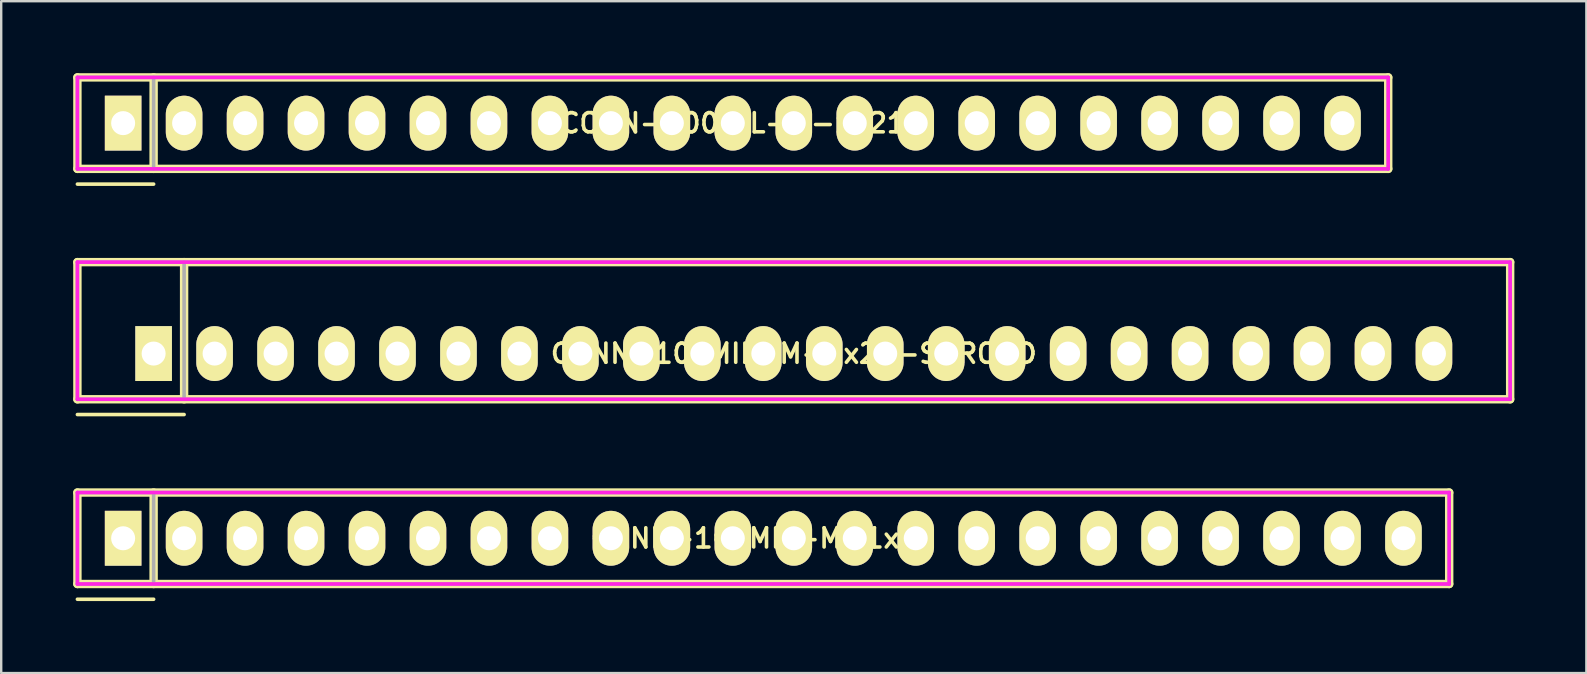
<source format=kicad_pcb>
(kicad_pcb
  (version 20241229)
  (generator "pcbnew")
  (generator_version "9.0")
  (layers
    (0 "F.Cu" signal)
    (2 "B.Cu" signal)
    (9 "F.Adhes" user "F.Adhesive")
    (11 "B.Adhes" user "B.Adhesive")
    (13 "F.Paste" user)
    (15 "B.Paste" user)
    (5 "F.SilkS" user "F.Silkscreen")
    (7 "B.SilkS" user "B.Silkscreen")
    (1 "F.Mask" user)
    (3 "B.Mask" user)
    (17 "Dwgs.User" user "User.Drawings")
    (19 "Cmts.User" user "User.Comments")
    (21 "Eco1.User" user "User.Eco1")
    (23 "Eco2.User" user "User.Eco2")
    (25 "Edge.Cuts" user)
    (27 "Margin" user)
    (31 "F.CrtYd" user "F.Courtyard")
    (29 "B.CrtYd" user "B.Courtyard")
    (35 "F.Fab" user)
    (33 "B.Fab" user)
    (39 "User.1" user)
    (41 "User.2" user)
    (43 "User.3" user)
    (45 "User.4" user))
  (footprint "CONN-100MIL-M-1x22"
    (layer "F.Cu")
    (at 28.75 19.375)
    (property "Reference" "CONN-100MIL-M-1x22" (at 0 0 0) (layer "F.SilkS") (effects (font (size 0.8 0.8) (thickness 0.15))))
    (attr through_hole)
    (fp_line (start -28.575 -1.905) (end 28.575 -1.905) (stroke (width 0.35) (type solid)) (layer "F.SilkS"))
    (fp_line (start -28.575 1.905) (end -28.575 -1.905) (stroke (width 0.35) (type solid)) (layer "F.SilkS"))
    (fp_line (start -28.575 2.54) (end -25.4 2.54) (stroke (width 0.15) (type solid)) (layer "F.SilkS"))
    (fp_line (start -25.4 -1.905) (end -25.4 1.905) (stroke (width 0.35) (type solid)) (layer "F.SilkS"))
    (fp_line (start 28.575 -1.905) (end 28.575 1.905) (stroke (width 0.35) (type solid)) (layer "F.SilkS"))
    (fp_line (start 28.575 1.905) (end -28.575 1.905) (stroke (width 0.35) (type solid)) (layer "F.SilkS"))
    (fp_line (start -28.575 -1.905) (end 28.575 -1.905) (stroke (width 0.15) (type solid)) (layer "F.CrtYd"))
    (fp_line (start -28.575 1.905) (end -28.575 -1.905) (stroke (width 0.15) (type solid)) (layer "F.CrtYd"))
    (fp_line (start 28.575 -1.905) (end 28.575 1.905) (stroke (width 0.15) (type solid)) (layer "F.CrtYd"))
    (fp_line (start 28.575 1.905) (end -28.575 1.905) (stroke (width 0.15) (type solid)) (layer "F.CrtYd"))
    (fp_line (start -28.575 -1.905) (end 28.575 -1.905) (stroke (width 0.15) (type solid)) (layer "F.Fab"))
    (fp_line (start -28.575 1.905) (end -28.575 -1.905) (stroke (width 0.15) (type solid)) (layer "F.Fab"))
    (fp_line (start -25.4 -1.905) (end -25.4 1.905) (stroke (width 0.15) (type solid)) (layer "F.Fab"))
    (fp_line (start 28.575 -1.905) (end 28.575 1.905) (stroke (width 0.15) (type solid)) (layer "F.Fab"))
    (fp_line (start 28.575 1.905) (end -28.575 1.905) (stroke (width 0.15) (type solid)) (layer "F.Fab"))
    (pad "1" thru_hole rect (at -26.67 0) (size 1.524 2.286) (drill 1) (layers "*.Cu" "*.Mask" "F.SilkS"))
    (pad "2" thru_hole oval (at -24.13 0) (size 1.524 2.286) (drill 1) (layers "*.Cu" "*.Mask" "F.SilkS"))
    (pad "3" thru_hole oval (at -21.59 0) (size 1.524 2.286) (drill 1) (layers "*.Cu" "*.Mask" "F.SilkS"))
    (pad "4" thru_hole oval (at -19.05 0) (size 1.524 2.286) (drill 1) (layers "*.Cu" "*.Mask" "F.SilkS"))
    (pad "5" thru_hole oval (at -16.51 0) (size 1.524 2.286) (drill 1) (layers "*.Cu" "*.Mask" "F.SilkS"))
    (pad "6" thru_hole oval (at -13.97 0) (size 1.524 2.286) (drill 1) (layers "*.Cu" "*.Mask" "F.SilkS"))
    (pad "7" thru_hole oval (at -11.43 0) (size 1.524 2.286) (drill 1) (layers "*.Cu" "*.Mask" "F.SilkS"))
    (pad "8" thru_hole oval (at -8.89 0) (size 1.524 2.286) (drill 1) (layers "*.Cu" "*.Mask" "F.SilkS"))
    (pad "9" thru_hole oval (at -6.35 0) (size 1.524 2.286) (drill 1) (layers "*.Cu" "*.Mask" "F.SilkS"))
    (pad "10" thru_hole oval (at -3.81 0) (size 1.524 2.286) (drill 1) (layers "*.Cu" "*.Mask" "F.SilkS"))
    (pad "11" thru_hole oval (at -1.27 0) (size 1.524 2.286) (drill 1) (layers "*.Cu" "*.Mask" "F.SilkS"))
    (pad "12" thru_hole oval (at 1.27 0) (size 1.524 2.286) (drill 1) (layers "*.Cu" "*.Mask" "F.SilkS"))
    (pad "13" thru_hole oval (at 3.81 0) (size 1.524 2.286) (drill 1) (layers "*.Cu" "*.Mask" "F.SilkS"))
    (pad "14" thru_hole oval (at 6.35 0) (size 1.524 2.286) (drill 1) (layers "*.Cu" "*.Mask" "F.SilkS"))
    (pad "15" thru_hole oval (at 8.89 0) (size 1.524 2.286) (drill 1) (layers "*.Cu" "*.Mask" "F.SilkS"))
    (pad "16" thru_hole oval (at 11.43 0) (size 1.524 2.286) (drill 1) (layers "*.Cu" "*.Mask" "F.SilkS"))
    (pad "17" thru_hole oval (at 13.97 0) (size 1.524 2.286) (drill 1) (layers "*.Cu" "*.Mask" "F.SilkS"))
    (pad "18" thru_hole oval (at 16.51 0) (size 1.524 2.286) (drill 1) (layers "*.Cu" "*.Mask" "F.SilkS"))
    (pad "19" thru_hole oval (at 19.05 0) (size 1.524 2.286) (drill 1) (layers "*.Cu" "*.Mask" "F.SilkS"))
    (pad "20" thru_hole oval (at 21.59 0) (size 1.524 2.286) (drill 1) (layers "*.Cu" "*.Mask" "F.SilkS"))
    (pad "21" thru_hole oval (at 24.13 0) (size 1.524 2.286) (drill 1) (layers "*.Cu" "*.Mask" "F.SilkS"))
    (pad "22" thru_hole oval (at 26.67 0) (size 1.524 2.286) (drill 1) (layers "*.Cu" "*.Mask" "F.SilkS")))
  (footprint "CONN-100MIL-M-1x22-SHROUD"
    (layer "F.Cu")
    (at 30.02 11.68)
    (property "Reference" "CONN-100MIL-M-1x22-SHROUD" (at 0 0 0) (layer "F.SilkS") (effects (font (size 0.8 0.8) (thickness 0.15))))
    (attr through_hole)
    (fp_line (start -29.845 -3.81) (end 29.845 -3.81) (stroke (width 0.35) (type solid)) (layer "F.SilkS"))
    (fp_line (start -29.845 1.905) (end -29.845 -3.81) (stroke (width 0.35) (type solid)) (layer "F.SilkS"))
    (fp_line (start -29.845 2.54) (end -25.4 2.54) (stroke (width 0.15) (type solid)) (layer "F.SilkS"))
    (fp_line (start -25.4 -3.81) (end -25.4 1.905) (stroke (width 0.35) (type solid)) (layer "F.SilkS"))
    (fp_line (start 29.845 -3.81) (end 29.845 1.905) (stroke (width 0.35) (type solid)) (layer "F.SilkS"))
    (fp_line (start 29.845 1.905) (end -29.845 1.905) (stroke (width 0.35) (type solid)) (layer "F.SilkS"))
    (fp_line (start -29.845 -3.81) (end 29.845 -3.81) (stroke (width 0.15) (type solid)) (layer "F.CrtYd"))
    (fp_line (start -29.845 1.905) (end -29.845 -3.81) (stroke (width 0.15) (type solid)) (layer "F.CrtYd"))
    (fp_line (start 29.845 -3.81) (end 29.845 1.905) (stroke (width 0.15) (type solid)) (layer "F.CrtYd"))
    (fp_line (start 29.845 1.905) (end -29.845 1.905) (stroke (width 0.15) (type solid)) (layer "F.CrtYd"))
    (fp_line (start -29.845 -3.81) (end 29.845 -3.81) (stroke (width 0.15) (type solid)) (layer "F.Fab"))
    (fp_line (start -29.845 1.905) (end -29.845 -3.81) (stroke (width 0.15) (type solid)) (layer "F.Fab"))
    (fp_line (start -25.4 -3.81) (end -25.4 1.905) (stroke (width 0.15) (type solid)) (layer "F.Fab"))
    (fp_line (start 29.845 -3.81) (end 29.845 1.905) (stroke (width 0.15) (type solid)) (layer "F.Fab"))
    (fp_line (start 29.845 1.905) (end -29.845 1.905) (stroke (width 0.15) (type solid)) (layer "F.Fab"))
    (pad "1" thru_hole rect (at -26.67 0) (size 1.524 2.286) (drill 1) (layers "*.Cu" "*.Mask" "F.SilkS"))
    (pad "2" thru_hole oval (at -24.13 0) (size 1.524 2.286) (drill 1) (layers "*.Cu" "*.Mask" "F.SilkS"))
    (pad "3" thru_hole oval (at -21.59 0) (size 1.524 2.286) (drill 1) (layers "*.Cu" "*.Mask" "F.SilkS"))
    (pad "4" thru_hole oval (at -19.05 0) (size 1.524 2.286) (drill 1) (layers "*.Cu" "*.Mask" "F.SilkS"))
    (pad "5" thru_hole oval (at -16.51 0) (size 1.524 2.286) (drill 1) (layers "*.Cu" "*.Mask" "F.SilkS"))
    (pad "6" thru_hole oval (at -13.97 0) (size 1.524 2.286) (drill 1) (layers "*.Cu" "*.Mask" "F.SilkS"))
    (pad "7" thru_hole oval (at -11.43 0) (size 1.524 2.286) (drill 1) (layers "*.Cu" "*.Mask" "F.SilkS"))
    (pad "8" thru_hole oval (at -8.89 0) (size 1.524 2.286) (drill 1) (layers "*.Cu" "*.Mask" "F.SilkS"))
    (pad "9" thru_hole oval (at -6.35 0) (size 1.524 2.286) (drill 1) (layers "*.Cu" "*.Mask" "F.SilkS"))
    (pad "10" thru_hole oval (at -3.81 0) (size 1.524 2.286) (drill 1) (layers "*.Cu" "*.Mask" "F.SilkS"))
    (pad "11" thru_hole oval (at -1.27 0) (size 1.524 2.286) (drill 1) (layers "*.Cu" "*.Mask" "F.SilkS"))
    (pad "12" thru_hole oval (at 1.27 0) (size 1.524 2.286) (drill 1) (layers "*.Cu" "*.Mask" "F.SilkS"))
    (pad "13" thru_hole oval (at 3.81 0) (size 1.524 2.286) (drill 1) (layers "*.Cu" "*.Mask" "F.SilkS"))
    (pad "14" thru_hole oval (at 6.35 0) (size 1.524 2.286) (drill 1) (layers "*.Cu" "*.Mask" "F.SilkS"))
    (pad "15" thru_hole oval (at 8.89 0) (size 1.524 2.286) (drill 1) (layers "*.Cu" "*.Mask" "F.SilkS"))
    (pad "16" thru_hole oval (at 11.43 0) (size 1.524 2.286) (drill 1) (layers "*.Cu" "*.Mask" "F.SilkS"))
    (pad "17" thru_hole oval (at 13.97 0) (size 1.524 2.286) (drill 1) (layers "*.Cu" "*.Mask" "F.SilkS"))
    (pad "18" thru_hole oval (at 16.51 0) (size 1.524 2.286) (drill 1) (layers "*.Cu" "*.Mask" "F.SilkS"))
    (pad "19" thru_hole oval (at 19.05 0) (size 1.524 2.286) (drill 1) (layers "*.Cu" "*.Mask" "F.SilkS"))
    (pad "20" thru_hole oval (at 21.59 0) (size 1.524 2.286) (drill 1) (layers "*.Cu" "*.Mask" "F.SilkS"))
    (pad "21" thru_hole oval (at 24.13 0) (size 1.524 2.286) (drill 1) (layers "*.Cu" "*.Mask" "F.SilkS"))
    (pad "22" thru_hole oval (at 26.67 0) (size 1.524 2.286) (drill 1) (layers "*.Cu" "*.Mask" "F.SilkS")))
  (footprint "CONN-100MIL-M-1x21"
    (layer "F.Cu")
    (at 27.48 2.08)
    (property "Reference" "CONN-100MIL-M-1x21" (at 0 0 0) (layer "F.SilkS") (effects (font (size 0.8 0.8) (thickness 0.15))))
    (attr through_hole)
    (fp_line (start -27.305 -1.905) (end 27.305 -1.905) (stroke (width 0.35) (type solid)) (layer "F.SilkS"))
    (fp_line (start -27.305 1.905) (end -27.305 -1.905) (stroke (width 0.35) (type solid)) (layer "F.SilkS"))
    (fp_line (start -27.305 2.54) (end -24.13 2.54) (stroke (width 0.15) (type solid)) (layer "F.SilkS"))
    (fp_line (start -24.13 -1.905) (end -24.13 1.905) (stroke (width 0.35) (type solid)) (layer "F.SilkS"))
    (fp_line (start 27.305 -1.905) (end 27.305 1.905) (stroke (width 0.35) (type solid)) (layer "F.SilkS"))
    (fp_line (start 27.305 1.905) (end -27.305 1.905) (stroke (width 0.35) (type solid)) (layer "F.SilkS"))
    (fp_line (start -27.305 -1.905) (end 27.305 -1.905) (stroke (width 0.15) (type solid)) (layer "F.CrtYd"))
    (fp_line (start -27.305 1.905) (end -27.305 -1.905) (stroke (width 0.15) (type solid)) (layer "F.CrtYd"))
    (fp_line (start 27.305 -1.905) (end 27.305 1.905) (stroke (width 0.15) (type solid)) (layer "F.CrtYd"))
    (fp_line (start 27.305 1.905) (end -27.305 1.905) (stroke (width 0.15) (type solid)) (layer "F.CrtYd"))
    (fp_line (start -27.305 -1.905) (end 27.305 -1.905) (stroke (width 0.15) (type solid)) (layer "F.Fab"))
    (fp_line (start -27.305 1.905) (end -27.305 -1.905) (stroke (width 0.15) (type solid)) (layer "F.Fab"))
    (fp_line (start -24.13 -1.905) (end -24.13 1.905) (stroke (width 0.15) (type solid)) (layer "F.Fab"))
    (fp_line (start 27.305 -1.905) (end 27.305 1.905) (stroke (width 0.15) (type solid)) (layer "F.Fab"))
    (fp_line (start 27.305 1.905) (end -27.305 1.905) (stroke (width 0.15) (type solid)) (layer "F.Fab"))
    (pad "1" thru_hole rect (at -25.4 0) (size 1.524 2.286) (drill 1) (layers "*.Cu" "*.Mask" "F.SilkS"))
    (pad "2" thru_hole oval (at -22.86 0) (size 1.524 2.286) (drill 1) (layers "*.Cu" "*.Mask" "F.SilkS"))
    (pad "3" thru_hole oval (at -20.32 0) (size 1.524 2.286) (drill 1) (layers "*.Cu" "*.Mask" "F.SilkS"))
    (pad "4" thru_hole oval (at -17.78 0) (size 1.524 2.286) (drill 1) (layers "*.Cu" "*.Mask" "F.SilkS"))
    (pad "5" thru_hole oval (at -15.24 0) (size 1.524 2.286) (drill 1) (layers "*.Cu" "*.Mask" "F.SilkS"))
    (pad "6" thru_hole oval (at -12.7 0) (size 1.524 2.286) (drill 1) (layers "*.Cu" "*.Mask" "F.SilkS"))
    (pad "7" thru_hole oval (at -10.16 0) (size 1.524 2.286) (drill 1) (layers "*.Cu" "*.Mask" "F.SilkS"))
    (pad "8" thru_hole oval (at -7.62 0) (size 1.524 2.286) (drill 1) (layers "*.Cu" "*.Mask" "F.SilkS"))
    (pad "9" thru_hole oval (at -5.08 0) (size 1.524 2.286) (drill 1) (layers "*.Cu" "*.Mask" "F.SilkS"))
    (pad "10" thru_hole oval (at -2.54 0) (size 1.524 2.286) (drill 1) (layers "*.Cu" "*.Mask" "F.SilkS"))
    (pad "11" thru_hole oval (at 0 0) (size 1.524 2.286) (drill 1) (layers "*.Cu" "*.Mask" "F.SilkS"))
    (pad "12" thru_hole oval (at 2.54 0) (size 1.524 2.286) (drill 1) (layers "*.Cu" "*.Mask" "F.SilkS"))
    (pad "13" thru_hole oval (at 5.08 0) (size 1.524 2.286) (drill 1) (layers "*.Cu" "*.Mask" "F.SilkS"))
    (pad "14" thru_hole oval (at 7.62 0) (size 1.524 2.286) (drill 1) (layers "*.Cu" "*.Mask" "F.SilkS"))
    (pad "15" thru_hole oval (at 10.16 0) (size 1.524 2.286) (drill 1) (layers "*.Cu" "*.Mask" "F.SilkS"))
    (pad "16" thru_hole oval (at 12.7 0) (size 1.524 2.286) (drill 1) (layers "*.Cu" "*.Mask" "F.SilkS"))
    (pad "17" thru_hole oval (at 15.24 0) (size 1.524 2.286) (drill 1) (layers "*.Cu" "*.Mask" "F.SilkS"))
    (pad "18" thru_hole oval (at 17.78 0) (size 1.524 2.286) (drill 1) (layers "*.Cu" "*.Mask" "F.SilkS"))
    (pad "19" thru_hole oval (at 20.32 0) (size 1.524 2.286) (drill 1) (layers "*.Cu" "*.Mask" "F.SilkS"))
    (pad "20" thru_hole oval (at 22.86 0) (size 1.524 2.286) (drill 1) (layers "*.Cu" "*.Mask" "F.SilkS"))
    (pad "21" thru_hole oval (at 25.4 0) (size 1.524 2.286) (drill 1) (layers "*.Cu" "*.Mask" "F.SilkS")))
  (gr_rect
    (start -3 -3)
    (end 63.04 24.99)
    (stroke (width 0.1) (type default))
    (fill no)
    (layer "Edge.Cuts")))
</source>
